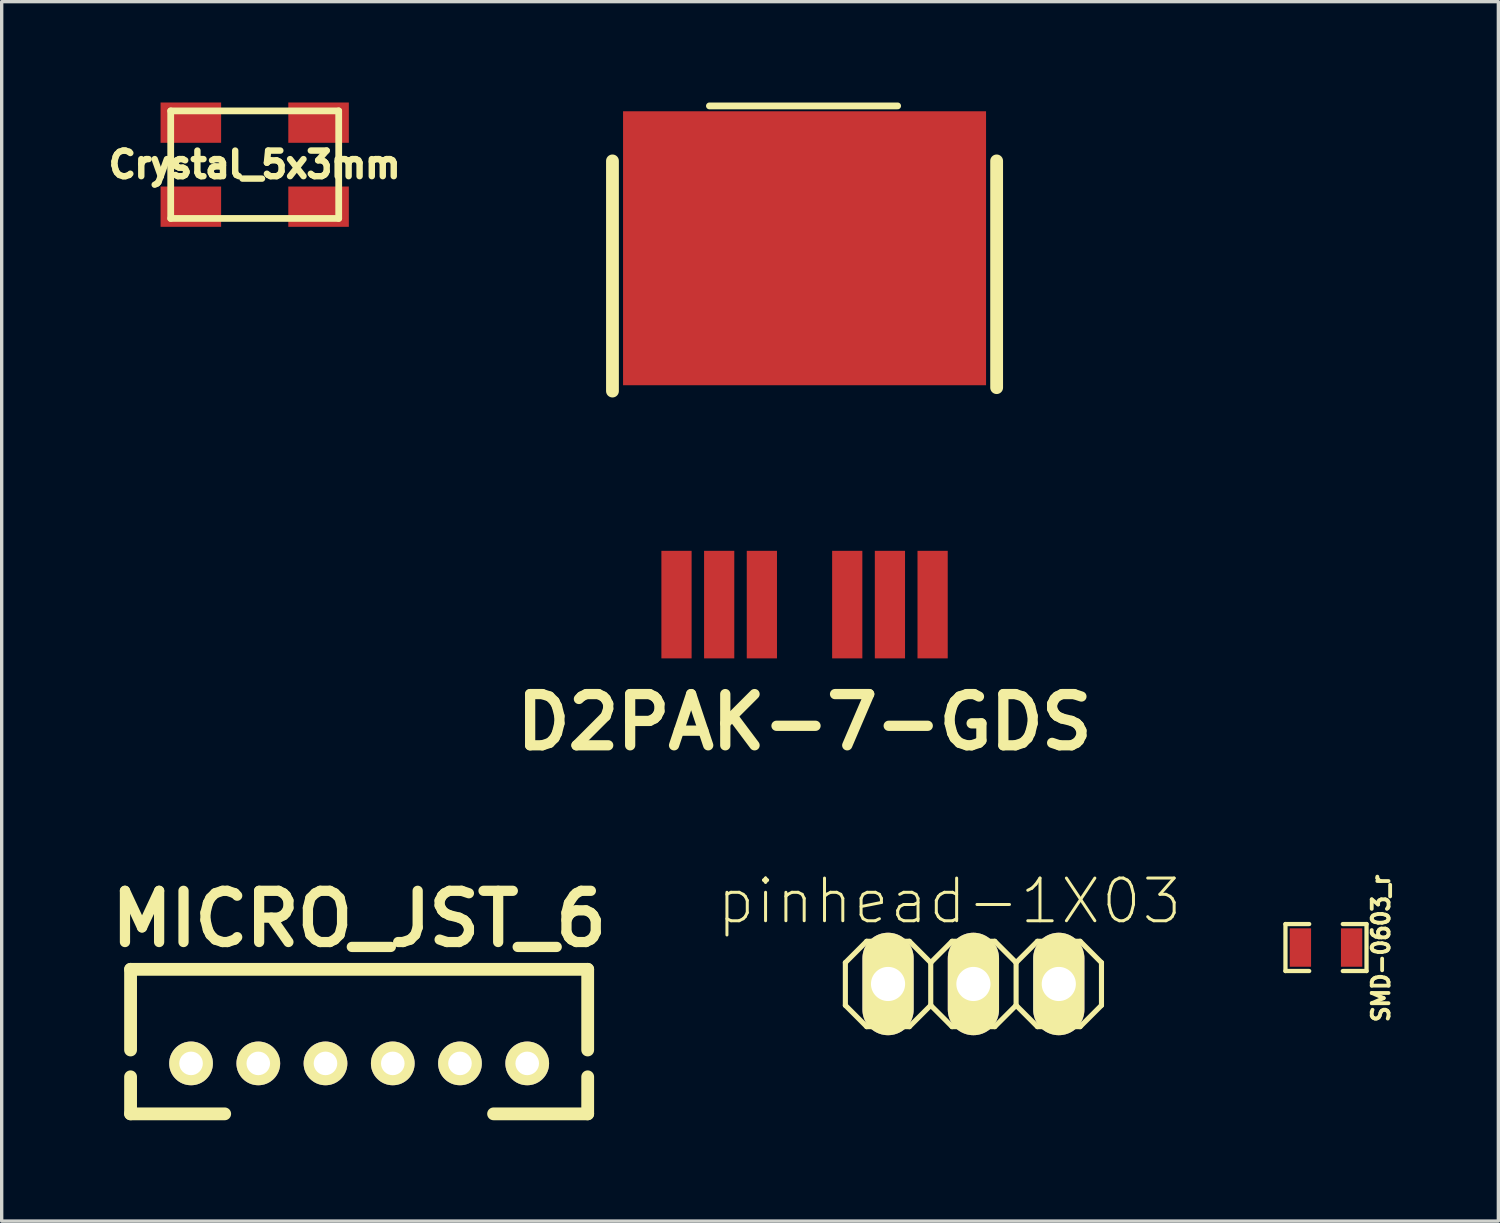
<source format=kicad_pcb>
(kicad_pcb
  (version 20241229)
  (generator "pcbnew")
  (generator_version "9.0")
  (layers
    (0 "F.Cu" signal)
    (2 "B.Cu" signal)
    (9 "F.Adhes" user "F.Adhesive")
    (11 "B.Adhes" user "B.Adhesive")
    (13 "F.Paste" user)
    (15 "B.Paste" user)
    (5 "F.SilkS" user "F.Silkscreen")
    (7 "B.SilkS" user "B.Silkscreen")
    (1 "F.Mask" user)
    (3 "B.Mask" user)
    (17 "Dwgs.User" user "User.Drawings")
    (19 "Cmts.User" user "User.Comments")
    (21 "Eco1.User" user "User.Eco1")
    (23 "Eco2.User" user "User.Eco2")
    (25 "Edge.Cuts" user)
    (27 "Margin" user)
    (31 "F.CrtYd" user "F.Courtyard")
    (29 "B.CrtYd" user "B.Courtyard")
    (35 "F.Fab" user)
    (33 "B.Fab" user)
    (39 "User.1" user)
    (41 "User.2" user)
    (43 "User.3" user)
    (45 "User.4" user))
  (footprint "Crystal_5x3mm"
    (layer "F.Cu")
    (at 4.528 1.849)
    (property "Reference" "Crystal_5x3mm" (at 0 0 0) (layer "F.SilkS") (effects (font (size 0.762 0.762) (thickness 0.191))))
    (attr through_hole)
    (fp_line (start -2.499 -1.6) (end 2.499 -1.6) (stroke (width 0.201) (type solid)) (layer "F.SilkS"))
    (fp_line (start -2.499 1.6) (end -2.499 -1.6) (stroke (width 0.201) (type solid)) (layer "F.SilkS"))
    (fp_line (start 2.499 -1.6) (end 2.499 1.6) (stroke (width 0.201) (type solid)) (layer "F.SilkS"))
    (fp_line (start 2.499 1.6) (end -2.499 1.6) (stroke (width 0.201) (type solid)) (layer "F.SilkS"))
    (pad "1" smd rect (at -1.9 1.25) (size 1.801 1.199) (layers "F.Cu" "F.Mask" "F.Paste"))
    (pad "2" smd rect (at 1.9 -1.25) (size 1.801 1.199) (layers "F.Cu" "F.Mask" "F.Paste"))
    (pad "3" smd rect (at 1.9 1.25) (size 1.801 1.199) (layers "F.Cu" "F.Mask" "F.Paste"))
    (pad "4" smd rect (at -1.9 -1.25) (size 1.801 1.199) (layers "F.Cu" "F.Mask" "F.Paste")))
  (footprint "SMD-0603_r"
    (layer "F.Cu")
    (at 36.401 25.141)
    (property "Reference" "SMD-0603_r" (at 1.635 0.024 90) (layer "F.SilkS") (effects (font (size 0.5 0.457) (thickness 0.114))))
    (attr smd)
    (fp_line (start -1.206 -0.699) (end -1.206 0.699) (stroke (width 0.127) (type solid)) (layer "F.SilkS"))
    (fp_line (start -1.206 0.699) (end -0.5 0.699) (stroke (width 0.127) (type solid)) (layer "F.SilkS"))
    (fp_line (start -0.5 -0.699) (end -1.206 -0.699) (stroke (width 0.127) (type solid)) (layer "F.SilkS"))
    (fp_line (start 1.206 -0.699) (end 0.5 -0.699) (stroke (width 0.127) (type solid)) (layer "F.SilkS"))
    (fp_line (start 1.206 -0.699) (end 1.206 0.699) (stroke (width 0.127) (type solid)) (layer "F.SilkS"))
    (fp_line (start 1.206 0.699) (end 0.5 0.699) (stroke (width 0.127) (type solid)) (layer "F.SilkS"))
    (pad "1" smd rect (at -0.762 0) (size 0.635 1.143) (layers "F.Cu" "F.Mask" "F.Paste"))
    (pad "2" smd rect (at 0.762 0) (size 0.635 1.143) (layers "F.Cu" "F.Mask" "F.Paste")))
  (footprint "MICRO_JST_6"
    (layer "F.Cu")
    (at 7.635 28.588)
    (property "Reference" "MICRO_JST_6" (at 0 -4.3 0) (layer "F.SilkS") (effects (font (size 1.524 1.524) (thickness 0.305))))
    (attr through_hole)
    (fp_line (start -6.8 -2.799) (end -6.8 -0.399) (stroke (width 0.381) (type solid)) (layer "F.SilkS"))
    (fp_line (start -6.8 -2.799) (end 6.8 -2.799) (stroke (width 0.381) (type solid)) (layer "F.SilkS"))
    (fp_line (start -6.8 1.501) (end -6.8 0.399) (stroke (width 0.381) (type solid)) (layer "F.SilkS"))
    (fp_line (start -4 1.501) (end -6.8 1.501) (stroke (width 0.381) (type solid)) (layer "F.SilkS"))
    (fp_line (start 6.8 -2.799) (end 6.8 -0.399) (stroke (width 0.381) (type solid)) (layer "F.SilkS"))
    (fp_line (start 6.8 1.501) (end 4 1.501) (stroke (width 0.381) (type solid)) (layer "F.SilkS"))
    (fp_line (start 6.8 1.501) (end 6.8 0.399) (stroke (width 0.381) (type solid)) (layer "F.SilkS"))
    (pad "1" thru_hole circle (at -5.001 0) (size 1.3 1.3) (drill 0.701) (layers "*.Cu" "*.Mask" "F.SilkS"))
    (pad "2" thru_hole circle (at -3 0) (size 1.3 1.3) (drill 0.701) (layers "*.Cu" "*.Mask" "F.SilkS"))
    (pad "3" thru_hole circle (at -1.001 0) (size 1.3 1.3) (drill 0.701) (layers "*.Cu" "*.Mask" "F.SilkS"))
    (pad "4" thru_hole circle (at 1.001 0) (size 1.3 1.3) (drill 0.701) (layers "*.Cu" "*.Mask" "F.SilkS"))
    (pad "5" thru_hole circle (at 3 0) (size 1.3 1.3) (drill 0.701) (layers "*.Cu" "*.Mask" "F.SilkS"))
    (pad "6" thru_hole circle (at 5.001 0) (size 1.3 1.3) (drill 0.701) (layers "*.Cu" "*.Mask" "F.SilkS")))
  (footprint "pinhead-1X03"
    (layer "F.Cu")
    (at 25.911 26.225)
    (property "Reference" "pinhead-1X03" (at -0.711 -2.464 0) (layer "F.SilkS") (effects (font (size 1.27 1.27) (thickness 0.089))))
    (attr exclude_from_pos_files exclude_from_bom)
    (fp_line (start -3.81 -0.635) (end -3.81 0.635) (stroke (width 0.152) (type solid)) (layer "F.SilkS"))
    (fp_line (start -3.81 0.635) (end -3.175 1.27) (stroke (width 0.152) (type solid)) (layer "F.SilkS"))
    (fp_line (start -3.175 -1.27) (end -3.81 -0.635) (stroke (width 0.152) (type solid)) (layer "F.SilkS"))
    (fp_line (start -3.175 -1.27) (end -1.905 -1.27) (stroke (width 0.152) (type solid)) (layer "F.SilkS"))
    (fp_line (start -2.794 -0.254) (end -2.286 -0.254) (stroke (width 0.066) (type solid)) (layer "F.SilkS"))
    (fp_line (start -2.794 0.254) (end -2.794 -0.254) (stroke (width 0.066) (type solid)) (layer "F.SilkS"))
    (fp_line (start -2.794 0.254) (end -2.286 0.254) (stroke (width 0.066) (type solid)) (layer "F.SilkS"))
    (fp_line (start -2.286 0.254) (end -2.286 -0.254) (stroke (width 0.066) (type solid)) (layer "F.SilkS"))
    (fp_line (start -1.905 -1.27) (end -1.27 -0.635) (stroke (width 0.152) (type solid)) (layer "F.SilkS"))
    (fp_line (start -1.905 1.27) (end -3.175 1.27) (stroke (width 0.152) (type solid)) (layer "F.SilkS"))
    (fp_line (start -1.27 -0.635) (end -1.27 0.635) (stroke (width 0.152) (type solid)) (layer "F.SilkS"))
    (fp_line (start -1.27 -0.635) (end -0.635 -1.27) (stroke (width 0.152) (type solid)) (layer "F.SilkS"))
    (fp_line (start -1.27 0.635) (end -1.905 1.27) (stroke (width 0.152) (type solid)) (layer "F.SilkS"))
    (fp_line (start -0.635 -1.27) (end 0.635 -1.27) (stroke (width 0.152) (type solid)) (layer "F.SilkS"))
    (fp_line (start -0.635 1.27) (end -1.27 0.635) (stroke (width 0.152) (type solid)) (layer "F.SilkS"))
    (fp_line (start -0.254 -0.254) (end 0.254 -0.254) (stroke (width 0.066) (type solid)) (layer "F.SilkS"))
    (fp_line (start -0.254 0.254) (end -0.254 -0.254) (stroke (width 0.066) (type solid)) (layer "F.SilkS"))
    (fp_line (start -0.254 0.254) (end 0.254 0.254) (stroke (width 0.066) (type solid)) (layer "F.SilkS"))
    (fp_line (start 0.254 0.254) (end 0.254 -0.254) (stroke (width 0.066) (type solid)) (layer "F.SilkS"))
    (fp_line (start 0.635 -1.27) (end 1.27 -0.635) (stroke (width 0.152) (type solid)) (layer "F.SilkS"))
    (fp_line (start 0.635 1.27) (end -0.635 1.27) (stroke (width 0.152) (type solid)) (layer "F.SilkS"))
    (fp_line (start 1.27 -0.635) (end 1.27 0.635) (stroke (width 0.152) (type solid)) (layer "F.SilkS"))
    (fp_line (start 1.27 -0.635) (end 1.905 -1.27) (stroke (width 0.152) (type solid)) (layer "F.SilkS"))
    (fp_line (start 1.27 0.635) (end 0.635 1.27) (stroke (width 0.152) (type solid)) (layer "F.SilkS"))
    (fp_line (start 1.905 -1.27) (end 3.175 -1.27) (stroke (width 0.152) (type solid)) (layer "F.SilkS"))
    (fp_line (start 1.905 1.27) (end 1.27 0.635) (stroke (width 0.152) (type solid)) (layer "F.SilkS"))
    (fp_line (start 2.286 -0.254) (end 2.794 -0.254) (stroke (width 0.066) (type solid)) (layer "F.SilkS"))
    (fp_line (start 2.286 0.254) (end 2.286 -0.254) (stroke (width 0.066) (type solid)) (layer "F.SilkS"))
    (fp_line (start 2.286 0.254) (end 2.794 0.254) (stroke (width 0.066) (type solid)) (layer "F.SilkS"))
    (fp_line (start 2.794 0.254) (end 2.794 -0.254) (stroke (width 0.066) (type solid)) (layer "F.SilkS"))
    (fp_line (start 3.175 -1.27) (end 3.81 -0.635) (stroke (width 0.152) (type solid)) (layer "F.SilkS"))
    (fp_line (start 3.175 1.27) (end 1.905 1.27) (stroke (width 0.152) (type solid)) (layer "F.SilkS"))
    (fp_line (start 3.81 -0.635) (end 3.81 0.635) (stroke (width 0.152) (type solid)) (layer "F.SilkS"))
    (fp_line (start 3.81 0.635) (end 3.175 1.27) (stroke (width 0.152) (type solid)) (layer "F.SilkS"))
    (pad "1" thru_hole oval (at -2.54 0) (size 1.524 3.048) (drill 1.016) (layers "*.Cu" "*.Mask" "F.SilkS"))
    (pad "2" thru_hole oval (at 0 0) (size 1.524 3.048) (drill 1.016) (layers "*.Cu" "*.Mask" "F.SilkS"))
    (pad "3" thru_hole oval (at 2.54 0) (size 1.524 3.048) (drill 1.016) (layers "*.Cu" "*.Mask" "F.SilkS")))
  (footprint "D2PAK-7-GDS"
    (layer "F.Cu")
    (at 20.887 10.236)
    (property "Reference" "D2PAK-7-GDS" (at 0 8.199 0) (layer "F.SilkS") (effects (font (size 1.524 1.524) (thickness 0.305))))
    (attr through_hole)
    (fp_line (start -5.715 -1.651) (end -5.715 -8.499) (stroke (width 0.381) (type solid)) (layer "F.SilkS"))
    (fp_line (start -2.83 -10.135) (end 2.769 -10.135) (stroke (width 0.203) (type solid)) (layer "F.SilkS"))
    (fp_line (start 5.715 -8.499) (end 5.715 -1.753) (stroke (width 0.381) (type solid)) (layer "F.SilkS"))
    (pad "D" smd rect (at 0 -5.9) (size 10.8 8.151) (layers "F.Cu" "F.Mask" "F.Paste"))
    (pad "G" smd rect (at -3.81 4.702) (size 0.899 3.2) (layers "F.Cu" "F.Mask" "F.Paste"))
    (pad "S" smd rect (at -2.54 4.702) (size 0.899 3.2) (layers "F.Cu" "F.Mask" "F.Paste"))
    (pad "S" smd rect (at -1.27 4.702) (size 0.899 3.2) (layers "F.Cu" "F.Mask" "F.Paste"))
    (pad "S" smd rect (at 1.27 4.702) (size 0.899 3.2) (layers "F.Cu" "F.Mask" "F.Paste"))
    (pad "S" smd rect (at 2.54 4.702) (size 0.899 3.2) (layers "F.Cu" "F.Mask" "F.Paste"))
    (pad "S" smd rect (at 3.81 4.702) (size 0.899 3.2) (layers "F.Cu" "F.Mask" "F.Paste")))
  (gr_rect
    (start -3 -3)
    (end 41.529 33.28)
    (stroke (width 0.1) (type default))
    (fill no)
    (layer "Edge.Cuts")))
</source>
